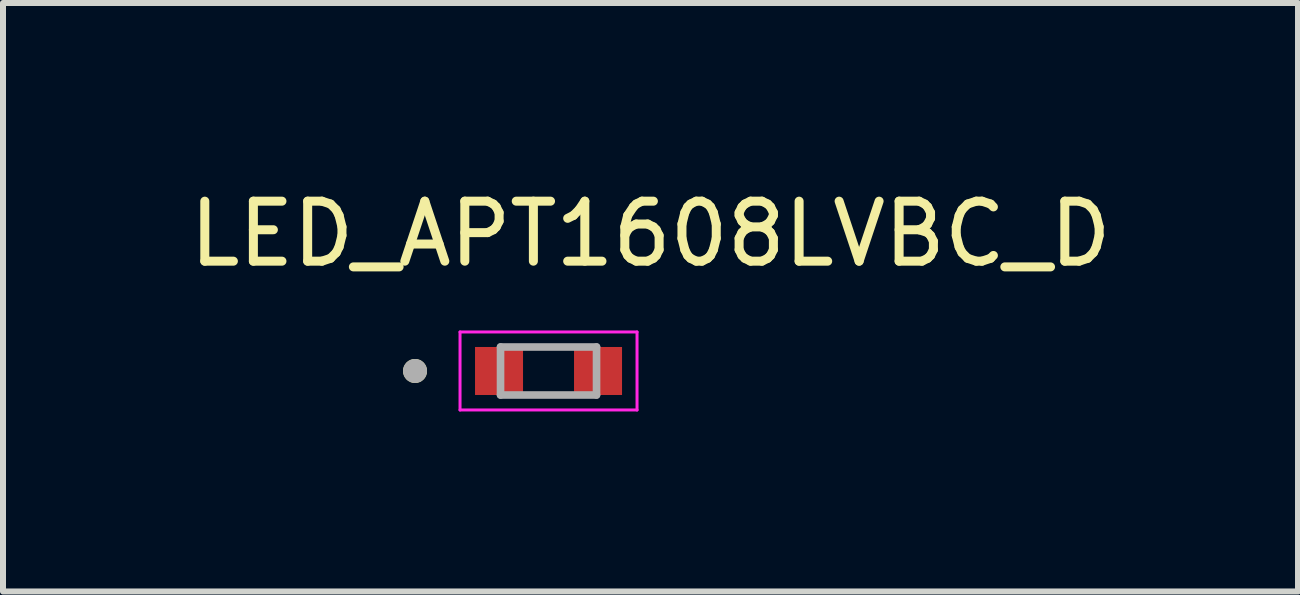
<source format=kicad_pcb>
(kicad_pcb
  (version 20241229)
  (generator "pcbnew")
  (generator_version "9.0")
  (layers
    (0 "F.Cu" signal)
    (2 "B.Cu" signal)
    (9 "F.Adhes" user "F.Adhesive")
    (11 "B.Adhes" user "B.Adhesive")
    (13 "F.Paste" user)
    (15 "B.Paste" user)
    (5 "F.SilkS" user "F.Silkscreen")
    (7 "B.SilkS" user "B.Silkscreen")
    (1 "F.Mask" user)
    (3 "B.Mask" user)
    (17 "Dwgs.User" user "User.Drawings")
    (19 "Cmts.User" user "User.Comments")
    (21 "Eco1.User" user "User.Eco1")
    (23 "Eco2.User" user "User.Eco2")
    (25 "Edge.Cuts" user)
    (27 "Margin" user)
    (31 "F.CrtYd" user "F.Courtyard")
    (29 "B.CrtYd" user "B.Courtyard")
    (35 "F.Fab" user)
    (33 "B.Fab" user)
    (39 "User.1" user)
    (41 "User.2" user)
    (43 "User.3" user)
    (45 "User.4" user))
  (footprint "LED_APT1608LVBC_D"
    (layer "F.Cu")
    (at 6.092 3.133)
    (property "Reference" "LED_APT1608LVBC_D" (at 1.7 -2.285 0) (layer "F.SilkS") (effects (font (size 1 1) (thickness 0.15))))
    (attr smd)
    (fp_circle (center -2.225 0) (end -2.125 0) (stroke (width 0.2) (type solid)) (fill no) (layer "F.SilkS"))
    (fp_line (start -1.475 -0.65) (end -1.475 0.65) (stroke (width 0.05) (type solid)) (layer "F.CrtYd"))
    (fp_line (start -1.475 0.65) (end 1.475 0.65) (stroke (width 0.05) (type solid)) (layer "F.CrtYd"))
    (fp_line (start 1.475 -0.65) (end -1.475 -0.65) (stroke (width 0.05) (type solid)) (layer "F.CrtYd"))
    (fp_line (start 1.475 0.65) (end 1.475 -0.65) (stroke (width 0.05) (type solid)) (layer "F.CrtYd"))
    (fp_line (start -0.8 -0.4) (end 0.8 -0.4) (stroke (width 0.127) (type solid)) (layer "F.Fab"))
    (fp_line (start -0.8 0.4) (end -0.8 -0.4) (stroke (width 0.127) (type solid)) (layer "F.Fab"))
    (fp_line (start 0.8 -0.4) (end 0.8 0.4) (stroke (width 0.127) (type solid)) (layer "F.Fab"))
    (fp_line (start 0.8 0.4) (end -0.8 0.4) (stroke (width 0.127) (type solid)) (layer "F.Fab"))
    (fp_circle (center -2.225 0) (end -2.125 0) (stroke (width 0.2) (type solid)) (fill no) (layer "F.Fab"))
    (pad "1" smd rect (at -0.825 0) (size 0.8 0.8) (layers "F.Cu" "F.Mask" "F.Paste"))
    (pad "2" smd rect (at 0.825 0) (size 0.8 0.8) (layers "F.Cu" "F.Mask" "F.Paste")))
  (gr_rect
    (start -3 -3)
    (end 18.583 6.808)
    (stroke (width 0.1) (type default))
    (fill no)
    (layer "Edge.Cuts")))
</source>
